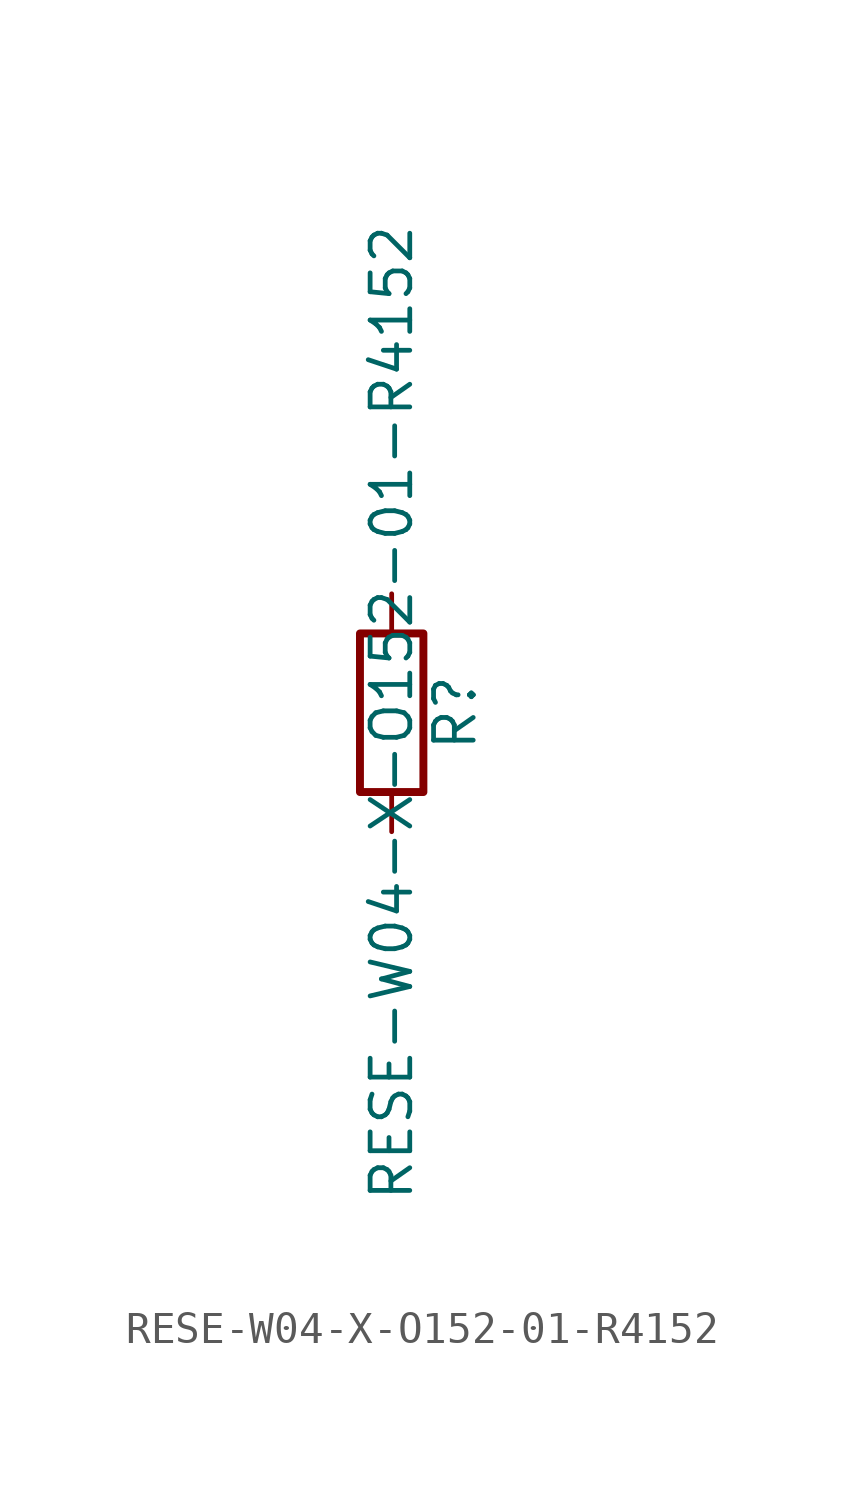
<source format=kicad_sym>
(kicad_symbol_lib
  (version 20211014)
  (generator kicad_symbol_editor)
  (symbol "RESE-W04-X-O152-01-R4152"
    (pin_numbers hide)
    (pin_names
      (offset 0))
    (property "Reference" "R"
      (at 2.032 0 90)
      (effects (font (size 1.27 1.27))))
    (property "Value" "RESE-W04-X-O152-01-R4152"
      (at 0 0 90)
      (effects (font (size 1.27 1.27))))
    (symbol "RESE-W04-X-O152-01-R4152_0_1"
      (rectangle (start -1.016 -2.54) (end 1.016 2.54) (stroke (width 0.254) (type default) (color 0 0 0 0)) (fill (type none))))
    (symbol "RESE-W04-X-O152-01-R4152_1_1"
      (pin passive line (at 0 3.81 270) (length 1.27) (name "~" (effects (font (size 1.27 1.27)))) (number "1" (effects (font (size 1.27 1.27)))))
      (pin passive line (at 0 -3.81 90) (length 1.27) (name "~" (effects (font (size 1.27 1.27)))) (number "2" (effects (font (size 1.27 1.27))))))))
</source>
